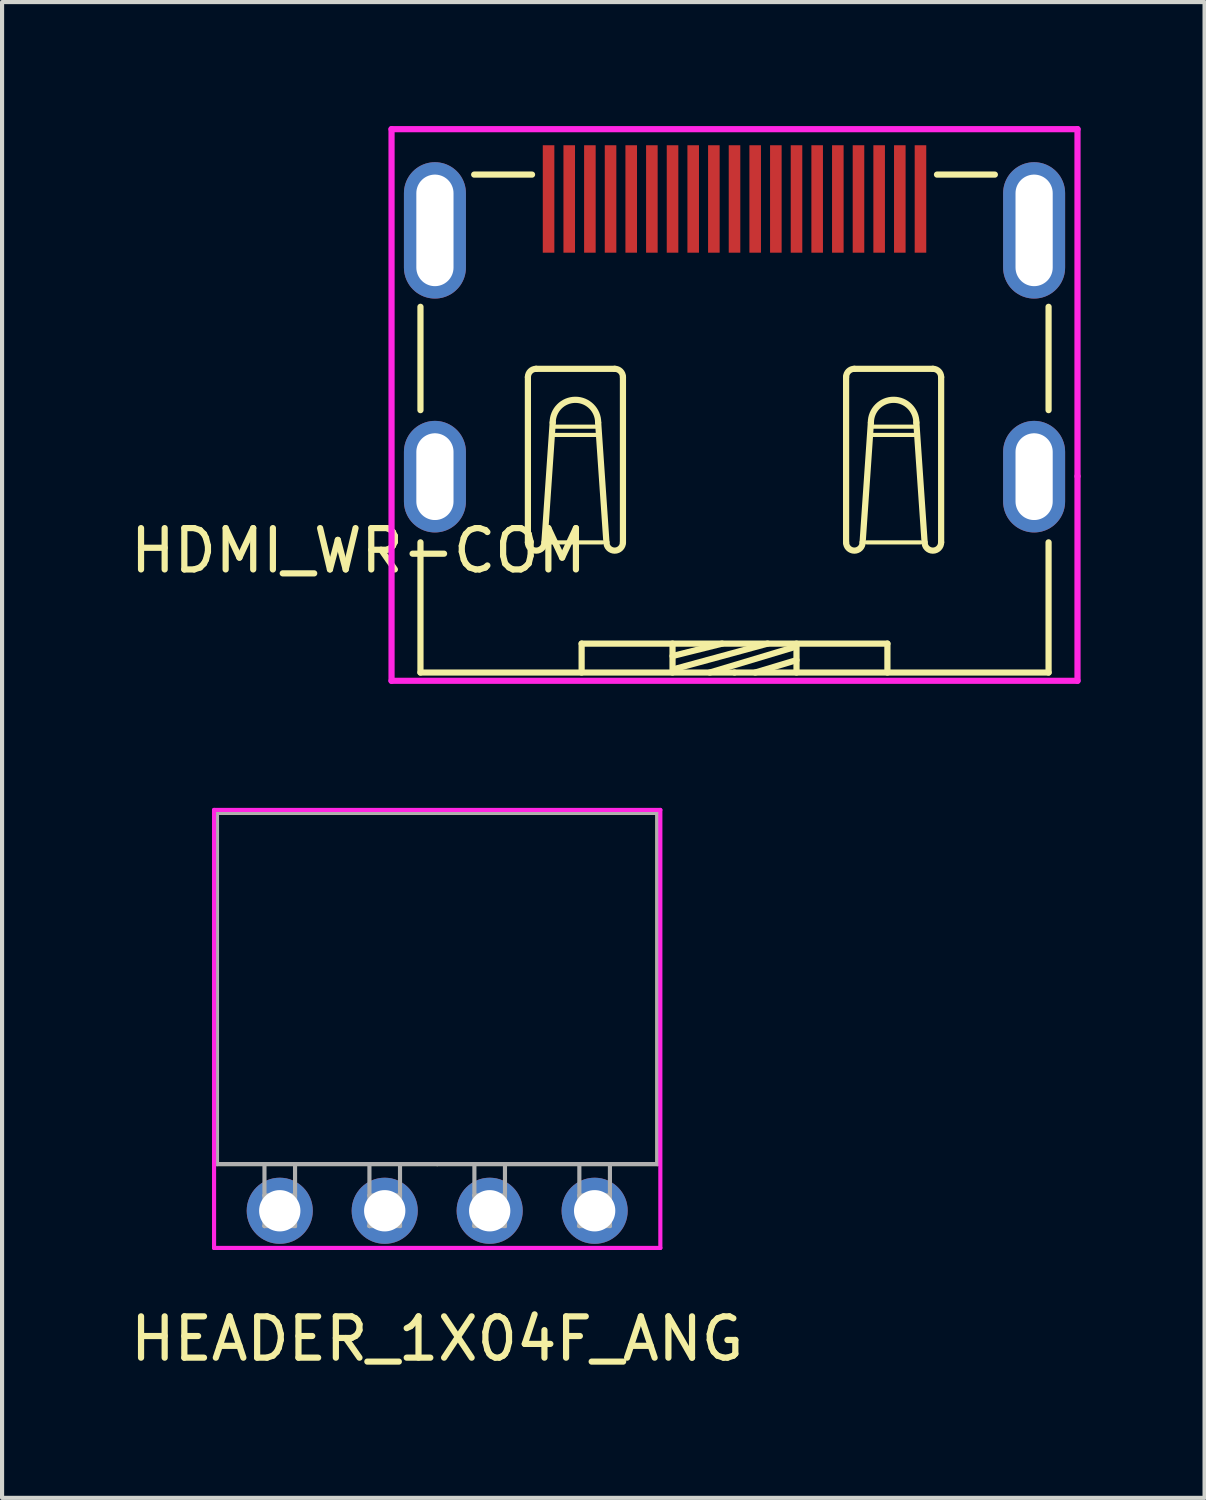
<source format=kicad_pcb>
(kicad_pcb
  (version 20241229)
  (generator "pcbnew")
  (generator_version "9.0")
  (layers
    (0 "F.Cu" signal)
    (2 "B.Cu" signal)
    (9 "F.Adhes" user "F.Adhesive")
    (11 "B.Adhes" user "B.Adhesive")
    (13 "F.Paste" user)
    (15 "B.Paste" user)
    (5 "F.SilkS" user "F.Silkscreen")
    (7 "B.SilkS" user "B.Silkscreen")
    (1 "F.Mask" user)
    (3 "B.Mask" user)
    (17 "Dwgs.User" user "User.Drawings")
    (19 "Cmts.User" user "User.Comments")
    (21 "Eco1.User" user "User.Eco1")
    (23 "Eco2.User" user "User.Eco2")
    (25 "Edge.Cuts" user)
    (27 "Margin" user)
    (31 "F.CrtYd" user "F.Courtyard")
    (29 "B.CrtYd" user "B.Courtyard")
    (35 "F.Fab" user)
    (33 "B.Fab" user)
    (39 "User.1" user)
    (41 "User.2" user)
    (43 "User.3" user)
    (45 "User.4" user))
  (footprint "HEADER_1X04F_ANG"
    (layer "F.Cu")
    (at 7.53 26.25)
    (property "Reference" "HEADER_1X04F_ANG" (at 0 3.1 0) (layer "F.SilkS") (effects (font (size 1 1) (thickness 0.15))))
    (attr through_hole)
    (fp_line (start -5.33 -9.63) (end -5.33 -1.13) (stroke (width 0.1) (type solid)) (layer "F.SilkS"))
    (fp_line (start -5.33 -9.63) (end 0 -9.63) (stroke (width 0.1) (type solid)) (layer "F.SilkS"))
    (fp_line (start -5.33 -1.13) (end 0 -1.13) (stroke (width 0.1) (type solid)) (layer "F.SilkS"))
    (fp_line (start 5.33 -9.63) (end 0 -9.63) (stroke (width 0.1) (type solid)) (layer "F.SilkS"))
    (fp_line (start 5.33 -1.13) (end 0 -1.13) (stroke (width 0.1) (type solid)) (layer "F.SilkS"))
    (fp_line (start 5.33 -1.13) (end 5.33 -9.63) (stroke (width 0.1) (type solid)) (layer "F.SilkS"))
    (fp_line (start -5.4 -9.7) (end -5.4 0.9) (stroke (width 0.1) (type solid)) (layer "F.CrtYd"))
    (fp_line (start -5.4 0.9) (end 5.4 0.9) (stroke (width 0.1) (type solid)) (layer "F.CrtYd"))
    (fp_line (start 5.4 -9.7) (end -5.4 -9.7) (stroke (width 0.1) (type solid)) (layer "F.CrtYd"))
    (fp_line (start 5.4 0.9) (end 5.4 -9.7) (stroke (width 0.1) (type solid)) (layer "F.CrtYd"))
    (fp_line (start -5.33 -9.63) (end -5.33 -1.13) (stroke (width 0.1) (type solid)) (layer "F.Fab"))
    (fp_line (start -5.33 -9.63) (end 0 -9.63) (stroke (width 0.1) (type solid)) (layer "F.Fab"))
    (fp_line (start -5.33 -1.13) (end 0 -1.13) (stroke (width 0.1) (type solid)) (layer "F.Fab"))
    (fp_line (start -4.18 -0.37) (end -3.48 0.33) (stroke (width 0.1) (type solid)) (layer "F.Fab"))
    (fp_line (start -4.18 0.37) (end -4.18 -1.13) (stroke (width 0.1) (type solid)) (layer "F.Fab"))
    (fp_line (start -4.18 0.37) (end -3.44 0.37) (stroke (width 0.1) (type solid)) (layer "F.Fab"))
    (fp_line (start -3.48 -0.33) (end -4.18 0.37) (stroke (width 0.1) (type solid)) (layer "F.Fab"))
    (fp_line (start -3.44 -1.13) (end -3.44 0.37) (stroke (width 0.1) (type solid)) (layer "F.Fab"))
    (fp_line (start -3.44 -0.37) (end -4.18 -0.37) (stroke (width 0.1) (type solid)) (layer "F.Fab"))
    (fp_line (start -1.64 -0.37) (end -0.94 0.33) (stroke (width 0.1) (type solid)) (layer "F.Fab"))
    (fp_line (start -1.64 0.37) (end -1.64 -1.13) (stroke (width 0.1) (type solid)) (layer "F.Fab"))
    (fp_line (start -1.64 0.37) (end -0.9 0.37) (stroke (width 0.1) (type solid)) (layer "F.Fab"))
    (fp_line (start -0.94 -0.33) (end -1.64 0.37) (stroke (width 0.1) (type solid)) (layer "F.Fab"))
    (fp_line (start -0.9 -1.13) (end -0.9 0.37) (stroke (width 0.1) (type solid)) (layer "F.Fab"))
    (fp_line (start -0.9 -0.37) (end -1.64 -0.37) (stroke (width 0.1) (type solid)) (layer "F.Fab"))
    (fp_line (start 0.9 -0.37) (end 1.6 0.33) (stroke (width 0.1) (type solid)) (layer "F.Fab"))
    (fp_line (start 0.9 0.37) (end 0.9 -1.13) (stroke (width 0.1) (type solid)) (layer "F.Fab"))
    (fp_line (start 0.9 0.37) (end 1.64 0.37) (stroke (width 0.1) (type solid)) (layer "F.Fab"))
    (fp_line (start 1.6 -0.33) (end 0.9 0.37) (stroke (width 0.1) (type solid)) (layer "F.Fab"))
    (fp_line (start 1.64 -1.13) (end 1.64 0.37) (stroke (width 0.1) (type solid)) (layer "F.Fab"))
    (fp_line (start 1.64 -0.37) (end 0.9 -0.37) (stroke (width 0.1) (type solid)) (layer "F.Fab"))
    (fp_line (start 3.44 -0.37) (end 4.14 0.33) (stroke (width 0.1) (type solid)) (layer "F.Fab"))
    (fp_line (start 3.44 0.37) (end 3.44 -1.13) (stroke (width 0.1) (type solid)) (layer "F.Fab"))
    (fp_line (start 3.44 0.37) (end 4.18 0.37) (stroke (width 0.1) (type solid)) (layer "F.Fab"))
    (fp_line (start 4.14 -0.33) (end 3.44 0.37) (stroke (width 0.1) (type solid)) (layer "F.Fab"))
    (fp_line (start 4.18 -1.13) (end 4.18 0.37) (stroke (width 0.1) (type solid)) (layer "F.Fab"))
    (fp_line (start 4.18 -0.37) (end 3.44 -0.37) (stroke (width 0.1) (type solid)) (layer "F.Fab"))
    (fp_line (start 5.33 -9.63) (end 0 -9.63) (stroke (width 0.1) (type solid)) (layer "F.Fab"))
    (fp_line (start 5.33 -1.13) (end 0 -1.13) (stroke (width 0.1) (type solid)) (layer "F.Fab"))
    (fp_line (start 5.33 -1.13) (end 5.33 -9.63) (stroke (width 0.1) (type solid)) (layer "F.Fab"))
    (pad "1" thru_hole circle (at -3.81 0) (size 1.6 1.6) (drill 1) (layers "*.Cu" "*.Mask"))
    (pad "2" thru_hole circle (at -1.27 0) (size 1.6 1.6) (drill 1) (layers "*.Cu" "*.Mask"))
    (pad "3" thru_hole circle (at 1.27 0) (size 1.6 1.6) (drill 1) (layers "*.Cu" "*.Mask"))
    (pad "4" thru_hole circle (at 3.81 0) (size 1.6 1.6) (drill 1) (layers "*.Cu" "*.Mask")))
  (footprint "HDMI_WR-COM"
    (layer "F.Cu")
    (at 14.725 13.225)
    (property "Reference" "HDMI_WR-COM" (at -9.1 -2.95 0) (layer "F.SilkS") (effects (font (size 1 1) (thickness 0.15))))
    (attr through_hole)
    (fp_line (start -7.6 -6.35) (end -7.6 -8.85) (stroke (width 0.15) (type solid)) (layer "F.SilkS"))
    (fp_line (start -7.6 0) (end -7.6 -3.15) (stroke (width 0.15) (type solid)) (layer "F.SilkS"))
    (fp_line (start -7.6 0) (end 0 0) (stroke (width 0.15) (type solid)) (layer "F.SilkS"))
    (fp_line (start -5 -3.15) (end -5 -7.15) (stroke (width 0.15) (type solid)) (layer "F.SilkS"))
    (fp_line (start -4.9 -12.05) (end -6.3 -12.05) (stroke (width 0.15) (type solid)) (layer "F.SilkS"))
    (fp_line (start -4.8 -7.35) (end -2.9 -7.35) (stroke (width 0.15) (type solid)) (layer "F.SilkS"))
    (fp_line (start -4.5 -3.15) (end -3.2 -3.15) (stroke (width 0.1) (type solid)) (layer "F.SilkS"))
    (fp_line (start -4.4 -6.05) (end -4.6 -3.15) (stroke (width 0.15) (type solid)) (layer "F.SilkS"))
    (fp_line (start -4.4 -5.95) (end -3.3 -5.95) (stroke (width 0.1) (type solid)) (layer "F.SilkS"))
    (fp_line (start -4.4 -5.75) (end -3.3 -5.75) (stroke (width 0.1) (type solid)) (layer "F.SilkS"))
    (fp_line (start -3.7 -0.7) (end 3.7 -0.7) (stroke (width 0.15) (type solid)) (layer "F.SilkS"))
    (fp_line (start -3.7 0) (end -3.7 -0.7) (stroke (width 0.15) (type solid)) (layer "F.SilkS"))
    (fp_line (start -3.1 -3.15) (end -3.3 -6.05) (stroke (width 0.15) (type solid)) (layer "F.SilkS"))
    (fp_line (start -2.7 -7.15) (end -2.7 -3.15) (stroke (width 0.15) (type solid)) (layer "F.SilkS"))
    (fp_line (start -1.5 -0.7) (end -1.5 0) (stroke (width 0.15) (type solid)) (layer "F.SilkS"))
    (fp_line (start -1.5 -0.4) (end -0.3 -0.7) (stroke (width 0.15) (type solid)) (layer "F.SilkS"))
    (fp_line (start -1.4 -0.1) (end 0.8 -0.7) (stroke (width 0.15) (type solid)) (layer "F.SilkS"))
    (fp_line (start -0.6 0) (end 1.4 -0.6) (stroke (width 0.15) (type solid)) (layer "F.SilkS"))
    (fp_line (start 0 0) (end 7.6 0) (stroke (width 0.15) (type solid)) (layer "F.SilkS"))
    (fp_line (start 0.5 0) (end 1.5 -0.3) (stroke (width 0.15) (type solid)) (layer "F.SilkS"))
    (fp_line (start 1.5 -0.7) (end 1.5 0) (stroke (width 0.15) (type solid)) (layer "F.SilkS"))
    (fp_line (start 2.7 -3.15) (end 2.7 -7.15) (stroke (width 0.15) (type solid)) (layer "F.SilkS"))
    (fp_line (start 2.9 -7.35) (end 4.8 -7.35) (stroke (width 0.15) (type solid)) (layer "F.SilkS"))
    (fp_line (start 3.2 -3.15) (end 4.5 -3.15) (stroke (width 0.1) (type solid)) (layer "F.SilkS"))
    (fp_line (start 3.3 -6.05) (end 3.1 -3.15) (stroke (width 0.15) (type solid)) (layer "F.SilkS"))
    (fp_line (start 3.3 -5.95) (end 4.4 -5.95) (stroke (width 0.1) (type solid)) (layer "F.SilkS"))
    (fp_line (start 3.3 -5.75) (end 4.4 -5.75) (stroke (width 0.1) (type solid)) (layer "F.SilkS"))
    (fp_line (start 3.7 -0.7) (end 3.7 0) (stroke (width 0.15) (type solid)) (layer "F.SilkS"))
    (fp_line (start 4.6 -3.15) (end 4.4 -6.05) (stroke (width 0.15) (type solid)) (layer "F.SilkS"))
    (fp_line (start 5 -7.15) (end 5 -3.15) (stroke (width 0.15) (type solid)) (layer "F.SilkS"))
    (fp_line (start 6.3 -12.05) (end 4.9 -12.05) (stroke (width 0.15) (type solid)) (layer "F.SilkS"))
    (fp_line (start 7.6 -6.35) (end 7.6 -8.85) (stroke (width 0.15) (type solid)) (layer "F.SilkS"))
    (fp_line (start 7.6 0) (end 7.6 -3.15) (stroke (width 0.15) (type solid)) (layer "F.SilkS"))
    (fp_arc (start -5 -7.15) (mid -4.941421 -7.291421) (end -4.8 -7.35) (stroke (width 0.15) (type solid)) (layer "F.SilkS"))
    (fp_arc (start -4.6 -3.15) (mid -4.8 -2.95) (end -5 -3.15) (stroke (width 0.15) (type solid)) (layer "F.SilkS"))
    (fp_arc (start -4.4 -6.05) (mid -3.85 -6.6) (end -3.3 -6.05) (stroke (width 0.15) (type solid)) (layer "F.SilkS"))
    (fp_arc (start -2.9 -7.35) (mid -2.758579 -7.291421) (end -2.7 -7.15) (stroke (width 0.15) (type solid)) (layer "F.SilkS"))
    (fp_arc (start -2.7 -3.15) (mid -2.9 -2.95) (end -3.1 -3.15) (stroke (width 0.15) (type solid)) (layer "F.SilkS"))
    (fp_arc (start 2.7 -7.15) (mid 2.758579 -7.291421) (end 2.9 -7.35) (stroke (width 0.15) (type solid)) (layer "F.SilkS"))
    (fp_arc (start 3.1 -3.15) (mid 2.9 -2.95) (end 2.7 -3.15) (stroke (width 0.15) (type solid)) (layer "F.SilkS"))
    (fp_arc (start 3.3 -6.05) (mid 3.85 -6.6) (end 4.4 -6.05) (stroke (width 0.15) (type solid)) (layer "F.SilkS"))
    (fp_arc (start 4.8 -7.35) (mid 4.941421 -7.291421) (end 5 -7.15) (stroke (width 0.15) (type solid)) (layer "F.SilkS"))
    (fp_arc (start 5 -3.15) (mid 4.8 -2.95) (end 4.6 -3.15) (stroke (width 0.15) (type solid)) (layer "F.SilkS"))
    (fp_line (start -8.3 -13.15) (end 8.3 -13.15) (stroke (width 0.15) (type solid)) (layer "F.CrtYd"))
    (fp_line (start -8.3 0.2) (end -8.3 -13.15) (stroke (width 0.15) (type solid)) (layer "F.CrtYd"))
    (fp_line (start 8.3 -13.15) (end 8.3 -4.75) (stroke (width 0.15) (type solid)) (layer "F.CrtYd"))
    (fp_line (start 8.3 -4.75) (end 8.3 0.2) (stroke (width 0.15) (type solid)) (layer "F.CrtYd"))
    (fp_line (start 8.3 0.2) (end -8.3 0.2) (stroke (width 0.15) (type solid)) (layer "F.CrtYd"))
    (pad "1" smd rect (at 4.5 -11.46) (size 0.28 2.6) (layers "F.Cu" "F.Mask" "F.Paste"))
    (pad "2" smd rect (at 4 -11.46) (size 0.28 2.6) (layers "F.Cu" "F.Mask" "F.Paste"))
    (pad "3" smd rect (at 3.5 -11.46) (size 0.28 2.6) (layers "F.Cu" "F.Mask" "F.Paste"))
    (pad "4" smd rect (at 3 -11.46) (size 0.28 2.6) (layers "F.Cu" "F.Mask" "F.Paste"))
    (pad "5" smd rect (at 2.5 -11.46) (size 0.28 2.6) (layers "F.Cu" "F.Mask" "F.Paste"))
    (pad "6" smd rect (at 2 -11.46) (size 0.28 2.6) (layers "F.Cu" "F.Mask" "F.Paste"))
    (pad "7" smd rect (at 1.5 -11.46) (size 0.28 2.6) (layers "F.Cu" "F.Mask" "F.Paste"))
    (pad "8" smd rect (at 1 -11.46) (size 0.28 2.6) (layers "F.Cu" "F.Mask" "F.Paste"))
    (pad "9" smd rect (at 0.5 -11.46) (size 0.28 2.6) (layers "F.Cu" "F.Mask" "F.Paste"))
    (pad "10" smd rect (at 0 -11.46) (size 0.28 2.6) (layers "F.Cu" "F.Mask" "F.Paste"))
    (pad "11" smd rect (at -0.5 -11.46) (size 0.28 2.6) (layers "F.Cu" "F.Mask" "F.Paste"))
    (pad "12" smd rect (at -1 -11.46) (size 0.28 2.6) (layers "F.Cu" "F.Mask" "F.Paste"))
    (pad "13" smd rect (at -1.5 -11.46) (size 0.28 2.6) (layers "F.Cu" "F.Mask" "F.Paste"))
    (pad "14" smd rect (at -2 -11.46) (size 0.28 2.6) (layers "F.Cu" "F.Mask" "F.Paste"))
    (pad "15" smd rect (at -2.5 -11.46) (size 0.28 2.6) (layers "F.Cu" "F.Mask" "F.Paste"))
    (pad "16" smd rect (at -3 -11.46) (size 0.28 2.6) (layers "F.Cu" "F.Mask" "F.Paste"))
    (pad "17" smd rect (at -3.5 -11.46) (size 0.28 2.6) (layers "F.Cu" "F.Mask" "F.Paste"))
    (pad "18" smd rect (at -4 -11.46) (size 0.28 2.6) (layers "F.Cu" "F.Mask" "F.Paste"))
    (pad "19" smd rect (at -4.5 -11.46) (size 0.28 2.6) (layers "F.Cu" "F.Mask" "F.Paste"))
    (pad "20" thru_hole oval (at -7.25 -4.74) (size 1.5 2.7) (drill oval 0.9 2.1) (layers "*.Cu" "*.Mask"))
    (pad "21" thru_hole oval (at -7.25 -10.7) (size 1.5 3.3) (drill oval 0.9 2.7) (layers "*.Cu" "*.Mask"))
    (pad "22" thru_hole oval (at 7.25 -10.7) (size 1.5 3.3) (drill oval 0.9 2.7) (layers "*.Cu" "*.Mask"))
    (pad "23" thru_hole oval (at 7.25 -4.74) (size 1.5 2.7) (drill oval 0.9 2.1) (layers "*.Cu" "*.Mask")))
  (gr_rect
    (start -3 -3)
    (end 26.1 33.198)
    (stroke (width 0.1) (type default))
    (fill no)
    (layer "Edge.Cuts")))
</source>
